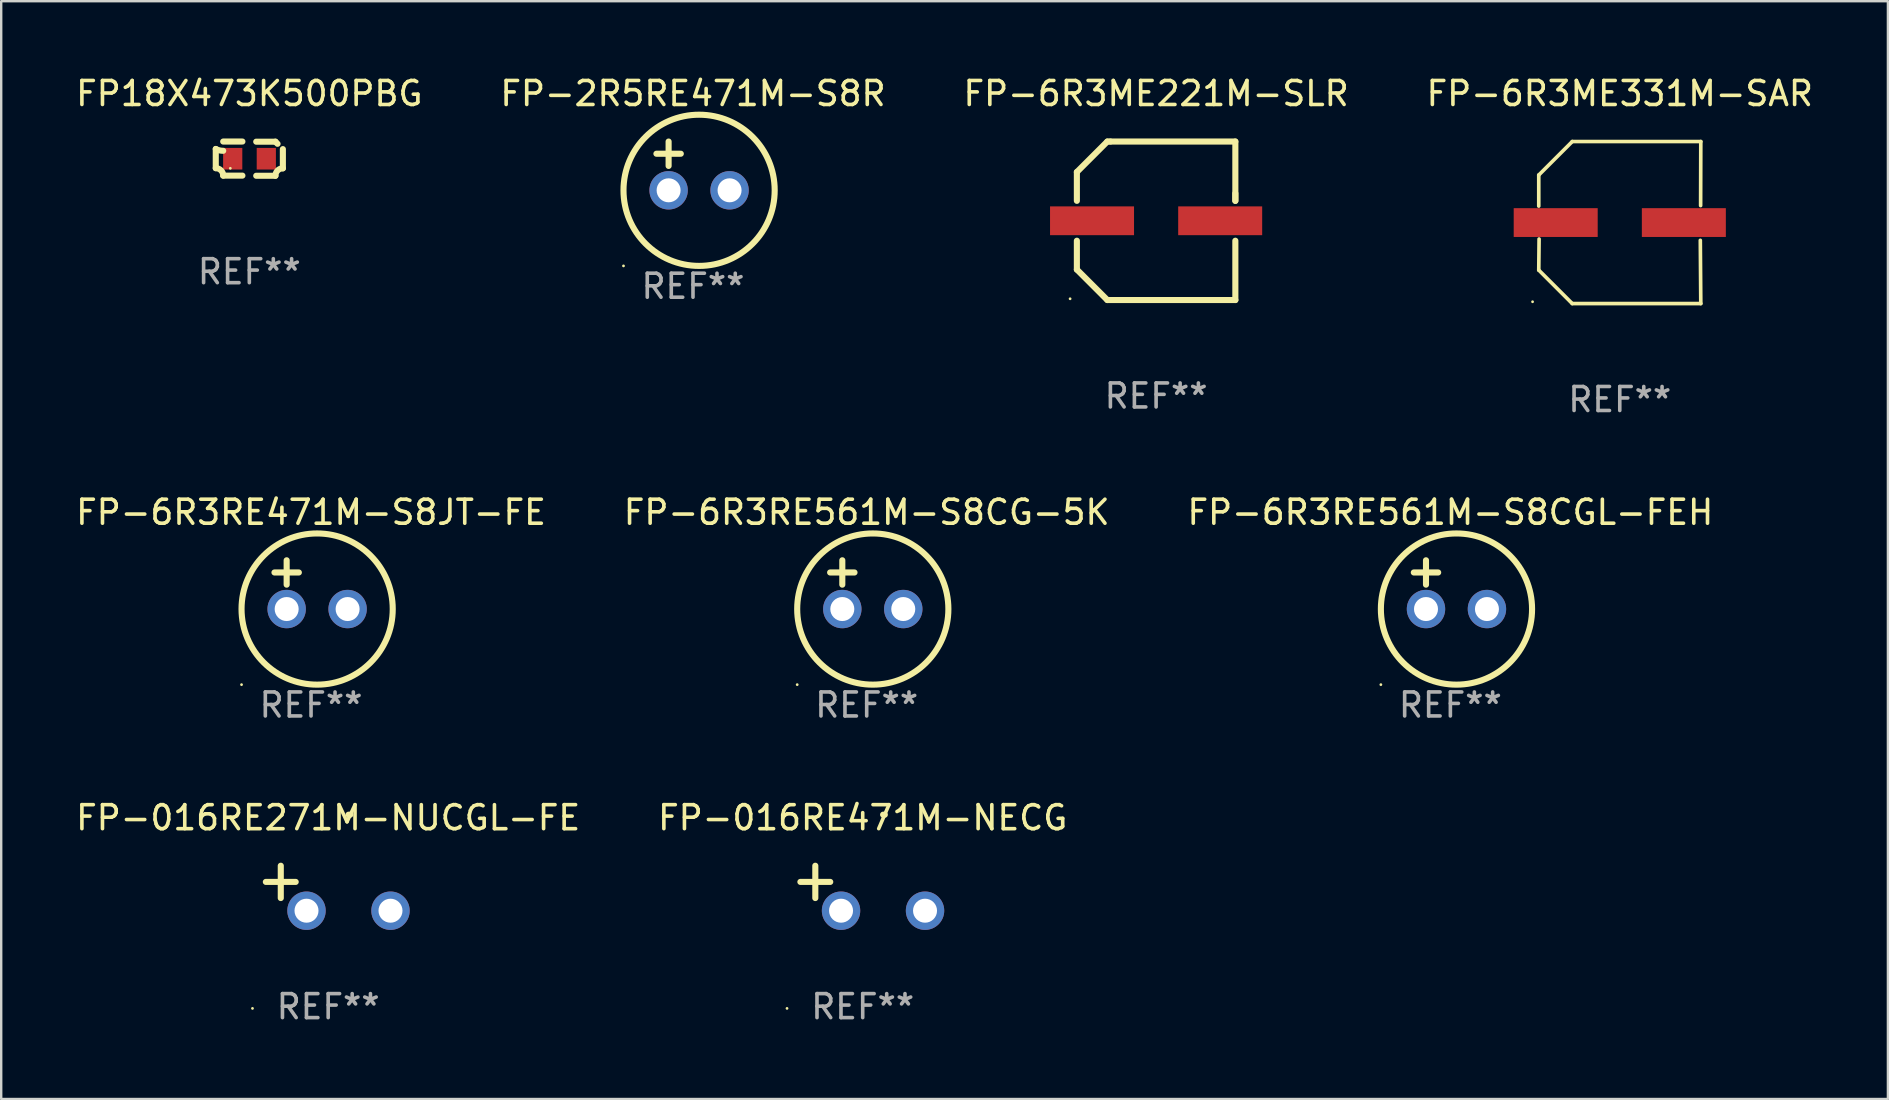
<source format=kicad_pcb>
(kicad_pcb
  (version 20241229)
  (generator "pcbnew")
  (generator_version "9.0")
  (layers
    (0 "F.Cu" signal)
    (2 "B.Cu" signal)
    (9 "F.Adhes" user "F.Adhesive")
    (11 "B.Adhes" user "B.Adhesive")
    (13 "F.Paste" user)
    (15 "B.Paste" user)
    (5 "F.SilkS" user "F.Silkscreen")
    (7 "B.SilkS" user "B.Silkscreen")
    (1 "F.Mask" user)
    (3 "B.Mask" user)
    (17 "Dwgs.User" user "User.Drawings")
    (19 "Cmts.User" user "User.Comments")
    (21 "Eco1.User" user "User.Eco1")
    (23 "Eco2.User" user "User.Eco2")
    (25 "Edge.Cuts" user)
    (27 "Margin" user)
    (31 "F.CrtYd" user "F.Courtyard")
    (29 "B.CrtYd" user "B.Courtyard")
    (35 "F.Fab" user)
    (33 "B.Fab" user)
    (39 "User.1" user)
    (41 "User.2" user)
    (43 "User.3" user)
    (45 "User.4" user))
  (footprint "FP-6R3RE561M-S8CGL-FEH"
    (layer "F.Cu")
    (at 57.387 21.313)
    (property "Reference" "FP-6R3RE561M-S8CGL-FEH" (at 0 -3.016 0) (layer "F.SilkS") (effects (font (size 1 1) (thickness 0.15))))
    (attr through_hole)
    (fp_line (start -1.524 -0.508) (end -0.508 -0.508) (stroke (width 0.254) (type solid)) (layer "F.SilkS"))
    (fp_line (start -1.016 -1.016) (end -1.016 0) (stroke (width 0.254) (type solid)) (layer "F.SilkS"))
    (fp_circle (center -2.896 4.166) (end -2.866 4.166) (stroke (width 0.06) (type solid)) (fill no) (layer "F.SilkS"))
    (fp_circle (center 0.254 1.016) (end 3.404 1.016) (stroke (width 0.254) (type solid)) (fill no) (layer "F.SilkS"))
    (fp_text user "REF**" (at 0 5.016 0) (layer "F.Fab") (effects (font (size 1 1) (thickness 0.15))))
    (pad "1" thru_hole circle (at -1.016 1.016) (size 1.6 1.6) (drill 1) (layers "*.Cu" "*.Mask"))
    (pad "2" thru_hole circle (at 1.524 1.016) (size 1.6 1.6) (drill 1) (layers "*.Cu" "*.Mask")))
  (footprint "FP18X473K500PBG"
    (layer "F.Cu")
    (at 7.339 3.561)
    (property "Reference" "FP18X473K500PBG" (at 0 -2.713 0) (layer "F.SilkS") (effects (font (size 1 1) (thickness 0.15))))
    (attr through_hole)
    (fp_line (start -1.398 -0.403) (end -1.398 0.397) (stroke (width 0.254) (type solid)) (layer "F.SilkS"))
    (fp_line (start -0.288 -0.713) (end -1.088 -0.713) (stroke (width 0.254) (type solid)) (layer "F.SilkS"))
    (fp_line (start -0.288 0.707) (end -1.088 0.707) (stroke (width 0.254) (type solid)) (layer "F.SilkS"))
    (fp_line (start 0.288 -0.707) (end 1.088 -0.707) (stroke (width 0.254) (type solid)) (layer "F.SilkS"))
    (fp_line (start 0.288 0.713) (end 1.088 0.713) (stroke (width 0.254) (type solid)) (layer "F.SilkS"))
    (fp_line (start 1.398 -0.397) (end 1.398 0.403) (stroke (width 0.254) (type solid)) (layer "F.SilkS"))
    (fp_arc (start -1.397789 0.397066) (mid -1.178701 0.487826) (end -1.08796 0.706922) (stroke (width 0.254001) (type solid)) (layer "F.SilkS"))
    (fp_arc (start -1.08796 -0.327176) (mid -1.247436 -0.346384) (end -1.39779 -0.402908) (stroke (width 0.254001) (type solid)) (layer "F.SilkS"))
    (fp_arc (start 1.087909 0.712738) (mid 1.178656 0.493655) (end 1.397739 0.402908) (stroke (width 0.254001) (type solid)) (layer "F.SilkS"))
    (fp_arc (start 1.175925 -0.618926) (mid 1.131917 -0.662923) (end 1.08791 -0.706922) (stroke (width 0.254001) (type solid)) (layer "F.SilkS"))
    (fp_circle (center -0.792 0.403) (end -0.762 0.403) (stroke (width 0.06) (type solid)) (fill no) (layer "F.SilkS"))
    (fp_text user "REF**" (at 0 4.713 0) (layer "F.Fab") (effects (font (size 1 1) (thickness 0.15))))
    (pad "1" smd rect (at -0.692 0.003) (size 0.8 0.9) (layers "F.Cu" "F.Mask" "F.Paste"))
    (pad "2" smd rect (at 0.708 0.003) (size 0.8 0.9) (layers "F.Cu" "F.Mask" "F.Paste")))
  (footprint "FP-016RE271M-NUCGL-FE"
    (layer "F.Cu")
    (at 10.625 33.962)
    (property "Reference" "FP-016RE271M-NUCGL-FE" (at 0 -2.937 0) (layer "F.SilkS") (effects (font (size 1 1) (thickness 0.15))))
    (attr through_hole)
    (fp_line (start -1.975 0.41) (end -1.975 -0.937) (stroke (width 0.254) (type solid)) (layer "F.SilkS"))
    (fp_line (start -1.353 -0.263) (end -2.597 -0.263) (stroke (width 0.254) (type solid)) (layer "F.SilkS"))
    (fp_arc (start 0.849809 -3.063957) (mid 0.885369 -3.064114) (end 0.920929 -3.063957) (stroke (width 0.254001) (type solid)) (layer "F.SilkS"))
    (fp_circle (center -3.154 5.008) (end -3.124 5.008) (stroke (width 0.06) (type solid)) (fill no) (layer "F.SilkS"))
    (fp_text user "REF**" (at 0 4.937 0) (layer "F.Fab") (effects (font (size 1 1) (thickness 0.15))))
    (pad "1" thru_hole circle (at -0.903 0.937) (size 1.6 1.6) (drill 1) (layers "*.Cu" "*.Mask"))
    (pad "2" thru_hole circle (at 2.597 0.937) (size 1.6 1.6) (drill 1) (layers "*.Cu" "*.Mask")))
  (footprint "FP-6R3RE471M-S8JT-FE"
    (layer "F.Cu")
    (at 9.911 21.313)
    (property "Reference" "FP-6R3RE471M-S8JT-FE" (at 0 -3.016 0) (layer "F.SilkS") (effects (font (size 1 1) (thickness 0.15))))
    (attr through_hole)
    (fp_line (start -1.524 -0.508) (end -0.508 -0.508) (stroke (width 0.254) (type solid)) (layer "F.SilkS"))
    (fp_line (start -1.016 -1.016) (end -1.016 0) (stroke (width 0.254) (type solid)) (layer "F.SilkS"))
    (fp_circle (center -2.896 4.166) (end -2.866 4.166) (stroke (width 0.06) (type solid)) (fill no) (layer "F.SilkS"))
    (fp_circle (center 0.254 1.016) (end 3.404 1.016) (stroke (width 0.254) (type solid)) (fill no) (layer "F.SilkS"))
    (fp_text user "REF**" (at 0 5.016 0) (layer "F.Fab") (effects (font (size 1 1) (thickness 0.15))))
    (pad "1" thru_hole circle (at -1.016 1.016) (size 1.6 1.6) (drill 1) (layers "*.Cu" "*.Mask"))
    (pad "2" thru_hole circle (at 1.524 1.016) (size 1.6 1.6) (drill 1) (layers "*.Cu" "*.Mask")))
  (footprint "FP-016RE471M-NECG"
    (layer "F.Cu")
    (at 32.899 33.962)
    (property "Reference" "FP-016RE471M-NECG" (at 0 -2.937 0) (layer "F.SilkS") (effects (font (size 1 1) (thickness 0.15))))
    (attr through_hole)
    (fp_line (start -1.975 0.41) (end -1.975 -0.937) (stroke (width 0.254) (type solid)) (layer "F.SilkS"))
    (fp_line (start -1.353 -0.263) (end -2.597 -0.263) (stroke (width 0.254) (type solid)) (layer "F.SilkS"))
    (fp_arc (start 0.849809 -3.063957) (mid 0.885369 -3.064114) (end 0.920929 -3.063957) (stroke (width 0.254001) (type solid)) (layer "F.SilkS"))
    (fp_circle (center -3.154 5.008) (end -3.124 5.008) (stroke (width 0.06) (type solid)) (fill no) (layer "F.SilkS"))
    (fp_text user "REF**" (at 0 4.937 0) (layer "F.Fab") (effects (font (size 1 1) (thickness 0.15))))
    (pad "1" thru_hole circle (at -0.903 0.937) (size 1.6 1.6) (drill 1) (layers "*.Cu" "*.Mask"))
    (pad "2" thru_hole circle (at 2.597 0.937) (size 1.6 1.6) (drill 1) (layers "*.Cu" "*.Mask")))
  (footprint "FP-6R3RE561M-S8CG-5K"
    (layer "F.Cu")
    (at 33.065 21.313)
    (property "Reference" "FP-6R3RE561M-S8CG-5K" (at 0 -3.016 0) (layer "F.SilkS") (effects (font (size 1 1) (thickness 0.15))))
    (attr through_hole)
    (fp_line (start -1.524 -0.508) (end -0.508 -0.508) (stroke (width 0.254) (type solid)) (layer "F.SilkS"))
    (fp_line (start -1.016 -1.016) (end -1.016 0) (stroke (width 0.254) (type solid)) (layer "F.SilkS"))
    (fp_circle (center -2.896 4.166) (end -2.866 4.166) (stroke (width 0.06) (type solid)) (fill no) (layer "F.SilkS"))
    (fp_circle (center 0.254 1.016) (end 3.404 1.016) (stroke (width 0.254) (type solid)) (fill no) (layer "F.SilkS"))
    (fp_text user "REF**" (at 0 5.016 0) (layer "F.Fab") (effects (font (size 1 1) (thickness 0.15))))
    (pad "1" thru_hole circle (at -1.016 1.016) (size 1.6 1.6) (drill 1) (layers "*.Cu" "*.Mask"))
    (pad "2" thru_hole circle (at 1.524 1.016) (size 1.6 1.6) (drill 1) (layers "*.Cu" "*.Mask")))
  (footprint "FP-6R3ME331M-SAR"
    (layer "F.Cu")
    (at 64.446 6.224)
    (property "Reference" "FP-6R3ME331M-SAR" (at 0 -5.376 0) (layer "F.SilkS") (effects (font (size 1 1) (thickness 0.15))))
    (attr through_hole)
    (fp_line (start -3.376 -1.98) (end -3.376 -0.686) (stroke (width 0.152) (type solid)) (layer "F.SilkS"))
    (fp_line (start -3.376 1.981) (end -3.362 0.686) (stroke (width 0.152) (type solid)) (layer "F.SilkS"))
    (fp_line (start -1.981 3.376) (end -3.376 1.981) (stroke (width 0.152) (type solid)) (layer "F.SilkS"))
    (fp_line (start -1.98 -3.376) (end -3.376 -1.98) (stroke (width 0.152) (type solid)) (layer "F.SilkS"))
    (fp_line (start 3.356 0.74) (end 3.376 3.376) (stroke (width 0.152) (type solid)) (layer "F.SilkS"))
    (fp_line (start 3.369 -0.707) (end 3.376 -3.376) (stroke (width 0.152) (type solid)) (layer "F.SilkS"))
    (fp_line (start 3.376 3.376) (end -1.981 3.376) (stroke (width 0.152) (type solid)) (layer "F.SilkS"))
    (fp_line (start 3.376 -3.376) (end -1.98 -3.376) (stroke (width 0.152) (type solid)) (layer "F.SilkS"))
    (fp_circle (center -3.634 3.3) (end -3.604 3.3) (stroke (width 0.06) (type solid)) (fill no) (layer "F.SilkS"))
    (fp_text user "REF**" (at 0 7.376 0) (layer "F.Fab") (effects (font (size 1 1) (thickness 0.15))))
    (pad "1" smd rect (at -2.67 0.000254) (size 3.5 1.2) (layers "F.Cu" "F.Mask" "F.Paste"))
    (pad "2" smd rect (at 2.67 0.000254) (size 3.5 1.2) (layers "F.Cu" "F.Mask" "F.Paste")))
  (footprint "FP-2R5RE471M-S8R"
    (layer "F.Cu")
    (at 25.827 3.864)
    (property "Reference" "FP-2R5RE471M-S8R" (at 0 -3.016 0) (layer "F.SilkS") (effects (font (size 1 1) (thickness 0.15))))
    (attr through_hole)
    (fp_line (start -1.524 -0.508) (end -0.508 -0.508) (stroke (width 0.254) (type solid)) (layer "F.SilkS"))
    (fp_line (start -1.016 -1.016) (end -1.016 0) (stroke (width 0.254) (type solid)) (layer "F.SilkS"))
    (fp_circle (center -2.896 4.166) (end -2.866 4.166) (stroke (width 0.06) (type solid)) (fill no) (layer "F.SilkS"))
    (fp_circle (center 0.254 1.016) (end 3.404 1.016) (stroke (width 0.254) (type solid)) (fill no) (layer "F.SilkS"))
    (fp_text user "REF**" (at 0 5.016 0) (layer "F.Fab") (effects (font (size 1 1) (thickness 0.15))))
    (pad "1" thru_hole circle (at -1.016 1.016) (size 1.6 1.6) (drill 1) (layers "*.Cu" "*.Mask"))
    (pad "2" thru_hole circle (at 1.524 1.016) (size 1.6 1.6) (drill 1) (layers "*.Cu" "*.Mask")))
  (footprint "FP-6R3ME221M-SLR"
    (layer "F.Cu")
    (at 45.125 6.15)
    (property "Reference" "FP-6R3ME221M-SLR" (at 0 -5.302 0) (layer "F.SilkS") (effects (font (size 1 1) (thickness 0.15))))
    (attr through_hole)
    (fp_line (start -3.302 -2.032) (end -3.302 -0.831) (stroke (width 0.254) (type solid)) (layer "F.SilkS"))
    (fp_line (start -3.302 0.831) (end -3.302 2.032) (stroke (width 0.254) (type solid)) (layer "F.SilkS"))
    (fp_line (start -3.302 2.032) (end -2.032 3.302) (stroke (width 0.254) (type solid)) (layer "F.SilkS"))
    (fp_line (start -2.032 -3.302) (end -3.302 -2.032) (stroke (width 0.254) (type solid)) (layer "F.SilkS"))
    (fp_line (start -2.032 3.302) (end 3.302 3.302) (stroke (width 0.254) (type solid)) (layer "F.SilkS"))
    (fp_line (start -1.905 -3.302) (end -2.032 -3.302) (stroke (width 0.254) (type solid)) (layer "F.SilkS"))
    (fp_line (start 3.302 -3.302) (end -1.905 -3.302) (stroke (width 0.254) (type solid)) (layer "F.SilkS"))
    (fp_line (start 3.302 -0.831) (end 3.302 -3.302) (stroke (width 0.254) (type solid)) (layer "F.SilkS"))
    (fp_line (start 3.302 -0.831) (end 3.302 -1.143) (stroke (width 0.254) (type solid)) (layer "F.SilkS"))
    (fp_line (start 3.302 3.302) (end 3.302 0.831) (stroke (width 0.254) (type solid)) (layer "F.SilkS"))
    (fp_circle (center -3.584 3.25) (end -3.554 3.25) (stroke (width 0.06) (type solid)) (fill no) (layer "F.SilkS"))
    (fp_text user "REF**" (at 0 7.302 0) (layer "F.Fab") (effects (font (size 1 1) (thickness 0.15))))
    (pad "1" smd rect (at -2.67 -0.000102) (size 3.5 1.2) (layers "F.Cu" "F.Mask" "F.Paste"))
    (pad "2" smd rect (at 2.67 -0.000102) (size 3.5 1.2) (layers "F.Cu" "F.Mask" "F.Paste")))
  (gr_rect
    (start -3 -3)
    (end 75.619 42.746)
    (stroke (width 0.1) (type default))
    (fill no)
    (layer "Edge.Cuts")))
</source>
